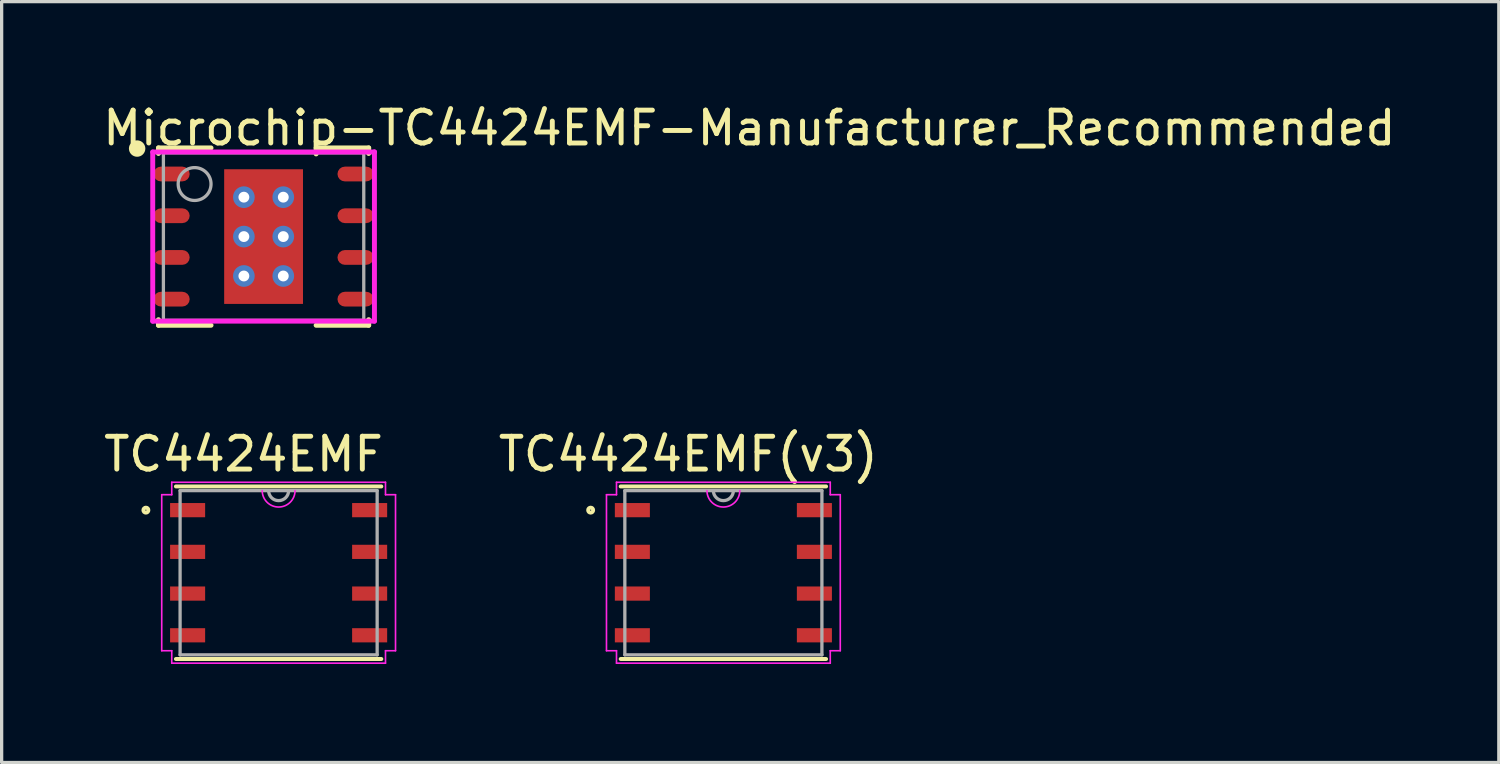
<source format=kicad_pcb>
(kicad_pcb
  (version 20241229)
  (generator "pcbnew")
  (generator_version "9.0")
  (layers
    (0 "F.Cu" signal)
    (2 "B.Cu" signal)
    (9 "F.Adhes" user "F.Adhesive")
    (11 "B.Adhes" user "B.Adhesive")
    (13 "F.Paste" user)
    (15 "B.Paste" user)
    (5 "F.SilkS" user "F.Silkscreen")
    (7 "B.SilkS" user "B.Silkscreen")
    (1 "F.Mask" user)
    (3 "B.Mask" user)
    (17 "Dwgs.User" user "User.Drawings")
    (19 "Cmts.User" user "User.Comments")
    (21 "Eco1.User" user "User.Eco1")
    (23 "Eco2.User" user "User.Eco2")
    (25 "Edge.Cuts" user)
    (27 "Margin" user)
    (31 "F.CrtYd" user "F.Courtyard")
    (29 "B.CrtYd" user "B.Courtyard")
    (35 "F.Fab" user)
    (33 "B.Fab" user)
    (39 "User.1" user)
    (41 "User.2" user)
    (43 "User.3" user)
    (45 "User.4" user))
  (footprint "TC4424EMF"
    (layer "F.Cu")
    (at 5.433 14.387)
    (property "Reference" "TC4424EMF" (at -1.07 -3.61 0) (layer "F.SilkS") (effects (font (size 1 1) (thickness 0.15))))
    (attr through_hole)
    (fp_line (start -3.127 2.627) (end 3.127 2.627) (stroke (width 0.12) (type solid)) (layer "F.SilkS"))
    (fp_line (start 3.127 -2.627) (end -3.127 -2.627) (stroke (width 0.12) (type solid)) (layer "F.SilkS"))
    (fp_circle (center -4.041 -1.905) (end -3.965 -1.905) (stroke (width 0.12) (type solid)) (fill no) (layer "F.SilkS"))
    (fp_line (start -3.559 -2.375) (end -3.254 -2.375) (stroke (width 0.05) (type solid)) (layer "F.CrtYd"))
    (fp_line (start -3.559 2.375) (end -3.559 -2.375) (stroke (width 0.05) (type solid)) (layer "F.CrtYd"))
    (fp_line (start -3.254 -2.754) (end 3.254 -2.754) (stroke (width 0.05) (type solid)) (layer "F.CrtYd"))
    (fp_line (start -3.254 -2.375) (end -3.254 -2.754) (stroke (width 0.05) (type solid)) (layer "F.CrtYd"))
    (fp_line (start -3.254 2.375) (end -3.559 2.375) (stroke (width 0.05) (type solid)) (layer "F.CrtYd"))
    (fp_line (start -3.254 2.754) (end -3.254 2.375) (stroke (width 0.05) (type solid)) (layer "F.CrtYd"))
    (fp_line (start 3.254 -2.754) (end 3.254 -2.375) (stroke (width 0.05) (type solid)) (layer "F.CrtYd"))
    (fp_line (start 3.254 -2.375) (end 3.559 -2.375) (stroke (width 0.05) (type solid)) (layer "F.CrtYd"))
    (fp_line (start 3.254 2.375) (end 3.254 2.754) (stroke (width 0.05) (type solid)) (layer "F.CrtYd"))
    (fp_line (start 3.254 2.754) (end -3.254 2.754) (stroke (width 0.05) (type solid)) (layer "F.CrtYd"))
    (fp_line (start 3.559 -2.375) (end 3.559 2.375) (stroke (width 0.05) (type solid)) (layer "F.CrtYd"))
    (fp_line (start 3.559 2.375) (end 3.254 2.375) (stroke (width 0.05) (type solid)) (layer "F.CrtYd"))
    (fp_arc (start 0.5 -2.5) (mid 0 -2) (end -0.5 -2.5) (stroke (width 0.05) (type solid)) (layer "F.CrtYd"))
    (fp_line (start -3 -2.5) (end -3 2.5) (stroke (width 0.1) (type solid)) (layer "F.Fab"))
    (fp_line (start -3 2.5) (end 3 2.5) (stroke (width 0.1) (type solid)) (layer "F.Fab"))
    (fp_line (start 3 -2.5) (end -3 -2.5) (stroke (width 0.1) (type solid)) (layer "F.Fab"))
    (fp_line (start 3 2.5) (end 3 -2.5) (stroke (width 0.1) (type solid)) (layer "F.Fab"))
    (fp_arc (start 0.3048 -2.5) (mid 0 -2.1952) (end -0.3048 -2.5) (stroke (width 0.1) (type solid)) (layer "F.Fab"))
    (pad "1" smd rect (at -2.771 -1.905) (size 1.067 0.432) (layers "F.Cu" "F.Mask" "F.Paste"))
    (pad "2" smd rect (at -2.771 -0.635) (size 1.067 0.432) (layers "F.Cu" "F.Mask" "F.Paste"))
    (pad "3" smd rect (at -2.771 0.635) (size 1.067 0.432) (layers "F.Cu" "F.Mask" "F.Paste"))
    (pad "4" smd rect (at -2.771 1.905) (size 1.067 0.432) (layers "F.Cu" "F.Mask" "F.Paste"))
    (pad "5" smd rect (at 2.771 1.905) (size 1.067 0.432) (layers "F.Cu" "F.Mask" "F.Paste"))
    (pad "6" smd rect (at 2.771 0.635) (size 1.067 0.432) (layers "F.Cu" "F.Mask" "F.Paste"))
    (pad "7" smd rect (at 2.771 -0.635) (size 1.067 0.432) (layers "F.Cu" "F.Mask" "F.Paste"))
    (pad "8" smd rect (at 2.771 -1.905) (size 1.067 0.432) (layers "F.Cu" "F.Mask" "F.Paste")))
  (footprint "TC4424EMF(v3)"
    (layer "F.Cu")
    (at 18.974 14.387)
    (property "Reference" "TC4424EMF(v3)" (at -1.07 -3.61 0) (layer "F.SilkS") (effects (font (size 1 1) (thickness 0.15))))
    (attr through_hole)
    (fp_line (start -3.127 2.627) (end 3.127 2.627) (stroke (width 0.12) (type solid)) (layer "F.SilkS"))
    (fp_line (start 3.127 -2.627) (end -3.127 -2.627) (stroke (width 0.12) (type solid)) (layer "F.SilkS"))
    (fp_circle (center -4.041 -1.905) (end -3.965 -1.905) (stroke (width 0.12) (type solid)) (fill no) (layer "F.SilkS"))
    (fp_line (start -3.559 -2.375) (end -3.254 -2.375) (stroke (width 0.05) (type solid)) (layer "F.CrtYd"))
    (fp_line (start -3.559 2.375) (end -3.559 -2.375) (stroke (width 0.05) (type solid)) (layer "F.CrtYd"))
    (fp_line (start -3.254 -2.754) (end 3.254 -2.754) (stroke (width 0.05) (type solid)) (layer "F.CrtYd"))
    (fp_line (start -3.254 -2.375) (end -3.254 -2.754) (stroke (width 0.05) (type solid)) (layer "F.CrtYd"))
    (fp_line (start -3.254 2.375) (end -3.559 2.375) (stroke (width 0.05) (type solid)) (layer "F.CrtYd"))
    (fp_line (start -3.254 2.754) (end -3.254 2.375) (stroke (width 0.05) (type solid)) (layer "F.CrtYd"))
    (fp_line (start 3.254 -2.754) (end 3.254 -2.375) (stroke (width 0.05) (type solid)) (layer "F.CrtYd"))
    (fp_line (start 3.254 -2.375) (end 3.559 -2.375) (stroke (width 0.05) (type solid)) (layer "F.CrtYd"))
    (fp_line (start 3.254 2.375) (end 3.254 2.754) (stroke (width 0.05) (type solid)) (layer "F.CrtYd"))
    (fp_line (start 3.254 2.754) (end -3.254 2.754) (stroke (width 0.05) (type solid)) (layer "F.CrtYd"))
    (fp_line (start 3.559 -2.375) (end 3.559 2.375) (stroke (width 0.05) (type solid)) (layer "F.CrtYd"))
    (fp_line (start 3.559 2.375) (end 3.254 2.375) (stroke (width 0.05) (type solid)) (layer "F.CrtYd"))
    (fp_arc (start 0.5 -2.5) (mid 0 -2) (end -0.5 -2.5) (stroke (width 0.05) (type solid)) (layer "F.CrtYd"))
    (fp_line (start -3 -2.5) (end -3 2.5) (stroke (width 0.1) (type solid)) (layer "F.Fab"))
    (fp_line (start -3 2.5) (end 3 2.5) (stroke (width 0.1) (type solid)) (layer "F.Fab"))
    (fp_line (start 3 -2.5) (end -3 -2.5) (stroke (width 0.1) (type solid)) (layer "F.Fab"))
    (fp_line (start 3 2.5) (end 3 -2.5) (stroke (width 0.1) (type solid)) (layer "F.Fab"))
    (fp_arc (start 0.3048 -2.5) (mid 0 -2.1952) (end -0.3048 -2.5) (stroke (width 0.1) (type solid)) (layer "F.Fab"))
    (pad "1" smd rect (at -2.771 -1.905) (size 1.067 0.432) (layers "F.Cu" "F.Mask" "F.Paste"))
    (pad "2" smd rect (at -2.771 -0.635) (size 1.067 0.432) (layers "F.Cu" "F.Mask" "F.Paste"))
    (pad "3" smd rect (at -2.771 0.635) (size 1.067 0.432) (layers "F.Cu" "F.Mask" "F.Paste"))
    (pad "4" smd rect (at -2.771 1.905) (size 1.067 0.432) (layers "F.Cu" "F.Mask" "F.Paste"))
    (pad "5" smd rect (at 2.771 1.905) (size 1.067 0.432) (layers "F.Cu" "F.Mask" "F.Paste"))
    (pad "6" smd rect (at 2.771 0.635) (size 1.067 0.432) (layers "F.Cu" "F.Mask" "F.Paste"))
    (pad "7" smd rect (at 2.771 -0.635) (size 1.067 0.432) (layers "F.Cu" "F.Mask" "F.Paste"))
    (pad "8" smd rect (at 2.771 -1.905) (size 1.067 0.432) (layers "F.Cu" "F.Mask" "F.Paste")))
  (footprint "Microchip-TC4424EMF-Manufacturer_Recommended"
    (layer "F.Cu")
    (at 4.975 4.153)
    (property "Reference" "Microchip-TC4424EMF-Manufacturer_Recommended" (at -4.975 -3.305 0) (layer "F.SilkS") (effects (font (size 1 1) (thickness 0.15)) (justify left)))
    (attr through_hole)
    (fp_line (start -3.2 -2.7) (end -1.6 -2.7) (stroke (width 0.15) (type solid)) (layer "F.SilkS"))
    (fp_line (start -3.2 -2.53) (end -3.2 -2.7) (stroke (width 0.15) (type solid)) (layer "F.SilkS"))
    (fp_line (start -3.2 2.7) (end -3.2 2.53) (stroke (width 0.15) (type solid)) (layer "F.SilkS"))
    (fp_line (start -3.2 2.7) (end -1.6 2.7) (stroke (width 0.15) (type solid)) (layer "F.SilkS"))
    (fp_line (start 1.6 -2.7) (end 3.2 -2.7) (stroke (width 0.15) (type solid)) (layer "F.SilkS"))
    (fp_line (start 1.6 2.7) (end 3.2 2.7) (stroke (width 0.15) (type solid)) (layer "F.SilkS"))
    (fp_line (start 3.2 -2.53) (end 3.2 -2.7) (stroke (width 0.15) (type solid)) (layer "F.SilkS"))
    (fp_line (start 3.2 2.7) (end 3.2 2.53) (stroke (width 0.15) (type solid)) (layer "F.SilkS"))
    (fp_circle (center -3.85 -2.68) (end -3.725 -2.68) (stroke (width 0.25) (type solid)) (fill no) (layer "F.SilkS"))
    (fp_line (start -3.375 -2.575) (end -3.375 2.575) (stroke (width 0.15) (type solid)) (layer "F.CrtYd"))
    (fp_line (start -3.375 2.575) (end 3.375 2.575) (stroke (width 0.15) (type solid)) (layer "F.CrtYd"))
    (fp_line (start 3.375 -2.575) (end -3.375 -2.575) (stroke (width 0.15) (type solid)) (layer "F.CrtYd"))
    (fp_line (start 3.375 -2.575) (end 3.375 -2.575) (stroke (width 0.15) (type solid)) (layer "F.CrtYd"))
    (fp_line (start 3.375 2.575) (end 3.375 -2.575) (stroke (width 0.15) (type solid)) (layer "F.CrtYd"))
    (fp_line (start -3.05 -2.55) (end 3.05 -2.55) (stroke (width 0.1) (type solid)) (layer "F.Fab"))
    (fp_line (start -3.05 2.55) (end -3.05 -2.55) (stroke (width 0.1) (type solid)) (layer "F.Fab"))
    (fp_line (start -3.05 2.55) (end 3.05 2.55) (stroke (width 0.1) (type solid)) (layer "F.Fab"))
    (fp_line (start 3.05 2.55) (end 3.05 -2.55) (stroke (width 0.1) (type solid)) (layer "F.Fab"))
    (fp_circle (center -2.1 -1.6) (end -1.6 -1.6) (stroke (width 0.1) (type solid)) (fill no) (layer "F.Fab"))
    (pad "1" smd roundrect (at -2.8 -1.905 270) (size 0.45 1.1) (layers "F.Cu" "F.Mask" "F.Paste") (roundrect_rratio 0.5))
    (pad "2" smd roundrect (at -2.8 -0.635 270) (size 0.45 1.1) (layers "F.Cu" "F.Mask" "F.Paste") (roundrect_rratio 0.5))
    (pad "3" smd roundrect (at -2.8 0.635 270) (size 0.45 1.1) (layers "F.Cu" "F.Mask" "F.Paste") (roundrect_rratio 0.5))
    (pad "4" smd roundrect (at -2.8 1.905 270) (size 0.45 1.1) (layers "F.Cu" "F.Mask" "F.Paste") (roundrect_rratio 0.5))
    (pad "5" smd roundrect (at 2.8 1.905 270) (size 0.45 1.1) (layers "F.Cu" "F.Mask" "F.Paste") (roundrect_rratio 0.5))
    (pad "6" smd roundrect (at 2.8 0.635 270) (size 0.45 1.1) (layers "F.Cu" "F.Mask" "F.Paste") (roundrect_rratio 0.5))
    (pad "7" smd roundrect (at 2.8 -0.635 270) (size 0.45 1.1) (layers "F.Cu" "F.Mask" "F.Paste") (roundrect_rratio 0.5))
    (pad "8" smd roundrect (at 2.8 -1.905 270) (size 0.45 1.1) (layers "F.Cu" "F.Mask" "F.Paste") (roundrect_rratio 0.5))
    (pad "9" smd rect (at 0 0.000001) (size 2.4 4.1) (layers "F.Cu" "F.Mask" "F.Paste"))
    (pad "~" thru_hole circle (at -0.6 -1.2) (size 0.66 0.66) (drill 0.33) (layers "*.Cu"))
    (pad "~" thru_hole circle (at -0.6 0) (size 0.66 0.66) (drill 0.33) (layers "*.Cu"))
    (pad "~" thru_hole circle (at -0.6 1.2) (size 0.66 0.66) (drill 0.33) (layers "*.Cu"))
    (pad "~" thru_hole circle (at 0.6 -1.2) (size 0.66 0.66) (drill 0.33) (layers "*.Cu"))
    (pad "~" thru_hole circle (at 0.6 0) (size 0.66 0.66) (drill 0.33) (layers "*.Cu"))
    (pad "~" thru_hole circle (at 0.6 1.2) (size 0.66 0.66) (drill 0.33) (layers "*.Cu")))
  (gr_rect
    (start -3 -3)
    (end 42.583 20.166)
    (stroke (width 0.1) (type default))
    (fill no)
    (layer "Edge.Cuts")))
</source>
